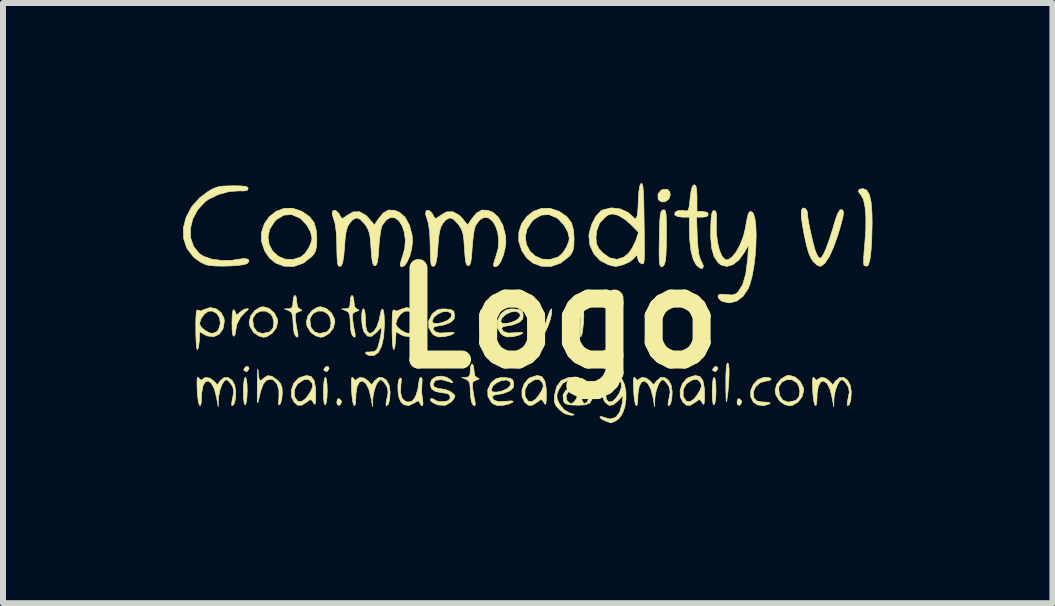
<source format=kicad_pcb>
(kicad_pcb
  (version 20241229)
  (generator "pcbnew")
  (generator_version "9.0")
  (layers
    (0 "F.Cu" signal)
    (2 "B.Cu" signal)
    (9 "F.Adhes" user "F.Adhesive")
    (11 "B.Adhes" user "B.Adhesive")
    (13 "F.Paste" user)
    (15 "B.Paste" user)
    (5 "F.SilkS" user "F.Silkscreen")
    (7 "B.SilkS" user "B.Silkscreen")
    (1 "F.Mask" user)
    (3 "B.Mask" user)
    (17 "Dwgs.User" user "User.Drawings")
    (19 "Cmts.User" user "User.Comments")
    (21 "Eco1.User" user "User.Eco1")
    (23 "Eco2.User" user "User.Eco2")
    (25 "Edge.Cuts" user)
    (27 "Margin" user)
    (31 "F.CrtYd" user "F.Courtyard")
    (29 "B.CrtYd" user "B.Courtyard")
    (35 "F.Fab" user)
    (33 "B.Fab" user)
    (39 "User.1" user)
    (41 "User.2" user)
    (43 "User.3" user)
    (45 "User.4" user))
  (footprint "Logo"
    (layer "F.Cu")
    (at 6.244 2.251)
    (property "Reference" "Logo" (at 0 0 0) (layer "F.SilkS") (effects (font (size 1.524 1.524) (thickness 0.3))))
    (attr through_hole)
    (fp_poly (pts (xy -5.144 0.839) (xy -5.169 0.882) (xy -5.194 0.889) (xy -5.231 0.871) (xy -5.231 0.851) (xy -5.2 0.809) (xy -5.162 0.804) (xy -5.144 0.839)) (stroke (width 0.01) (type solid)) (fill yes) (layer "F.SilkS"))
    (fp_poly (pts (xy -3.81 0.839) (xy -3.836 0.882) (xy -3.86 0.889) (xy -3.897 0.871) (xy -3.898 0.851) (xy -3.866 0.809) (xy -3.828 0.804) (xy -3.81 0.839)) (stroke (width 0.01) (type solid)) (fill yes) (layer "F.SilkS"))
    (fp_poly (pts (xy 2.667 0.839) (xy 2.641 0.882) (xy 2.617 0.889) (xy 2.58 0.871) (xy 2.579 0.851) (xy 2.611 0.809) (xy 2.649 0.804) (xy 2.667 0.839)) (stroke (width 0.01) (type solid)) (fill yes) (layer "F.SilkS"))
    (fp_poly (pts (xy -3.606 1.38) (xy -3.604 1.397) (xy -3.629 1.445) (xy -3.643 1.453) (xy -3.675 1.438) (xy -3.683 1.397) (xy -3.668 1.347) (xy -3.643 1.341) (xy -3.606 1.38)) (stroke (width 0.01) (type solid)) (fill yes) (layer "F.SilkS"))
    (fp_poly (pts (xy 3.061 1.38) (xy 3.064 1.397) (xy 3.039 1.445) (xy 3.024 1.453) (xy 2.992 1.438) (xy 2.985 1.397) (xy 2.999 1.347) (xy 3.024 1.341) (xy 3.061 1.38)) (stroke (width 0.01) (type solid)) (fill yes) (layer "F.SilkS"))
    (fp_poly (pts (xy 1.867 -2.101) (xy 1.873 -2.049) (xy 1.85 -1.985) (xy 1.796 -1.944) (xy 1.732 -1.936) (xy 1.681 -1.966) (xy 1.671 -1.984) (xy 1.668 -2.067) (xy 1.718 -2.13) (xy 1.749 -2.144) (xy 1.826 -2.148) (xy 1.867 -2.101)) (stroke (width 0.01) (type solid)) (fill yes) (layer "F.SilkS"))
    (fp_poly (pts (xy -5.191 1.014) (xy -5.179 1.092) (xy -5.175 1.205) (xy -5.18 1.317) (xy -5.191 1.403) (xy -5.206 1.444) (xy -5.207 1.445) (xy -5.224 1.426) (xy -5.235 1.35) (xy -5.239 1.224) (xy -5.235 1.104) (xy -5.224 1.019) (xy -5.209 0.985) (xy -5.207 0.984) (xy -5.191 1.014)) (stroke (width 0.01) (type solid)) (fill yes) (layer "F.SilkS"))
    (fp_poly (pts (xy -3.857 1.014) (xy -3.846 1.092) (xy -3.842 1.205) (xy -3.846 1.317) (xy -3.857 1.403) (xy -3.873 1.444) (xy -3.873 1.445) (xy -3.891 1.426) (xy -3.902 1.35) (xy -3.905 1.224) (xy -3.901 1.104) (xy -3.891 1.019) (xy -3.875 0.985) (xy -3.873 0.984) (xy -3.857 1.014)) (stroke (width 0.01) (type solid)) (fill yes) (layer "F.SilkS"))
    (fp_poly (pts (xy 2.62 1.014) (xy 2.631 1.092) (xy 2.635 1.205) (xy 2.631 1.317) (xy 2.62 1.403) (xy 2.604 1.444) (xy 2.603 1.445) (xy 2.586 1.426) (xy 2.575 1.35) (xy 2.572 1.224) (xy 2.576 1.104) (xy 2.586 1.019) (xy 2.602 0.985) (xy 2.603 0.984) (xy 2.62 1.014)) (stroke (width 0.01) (type solid)) (fill yes) (layer "F.SilkS"))
    (fp_poly (pts (xy 0.352 -0.343) (xy 0.398 -0.295) (xy 0.425 -0.194) (xy 0.433 -0.044) (xy 0.426 0.087) (xy 0.41 0.223) (xy 0.395 0.296) (xy 0.381 0.309) (xy 0.373 0.263) (xy 0.371 0.16) (xy 0.375 0.052) (xy 0.377 -0.12) (xy 0.365 -0.24) (xy 0.35 -0.285) (xy 0.327 -0.336) (xy 0.341 -0.346) (xy 0.352 -0.343)) (stroke (width 0.01) (type solid)) (fill yes) (layer "F.SilkS"))
    (fp_poly (pts (xy 2.843 0.763) (xy 2.852 0.832) (xy 2.853 0.941) (xy 2.847 1.08) (xy 2.833 1.238) (xy 2.827 1.286) (xy 2.817 1.361) (xy 2.81 1.392) (xy 2.805 1.375) (xy 2.802 1.304) (xy 2.799 1.175) (xy 2.799 1.121) (xy 2.799 0.965) (xy 2.805 0.844) (xy 2.816 0.767) (xy 2.826 0.746) (xy 2.843 0.763)) (stroke (width 0.01) (type solid)) (fill yes) (layer "F.SilkS"))
    (fp_poly (pts (xy -5.153 -0.153) (xy -5.174 -0.129) (xy -5.2 -0.109) (xy -5.285 -0.02) (xy -5.346 0.099) (xy -5.366 0.203) (xy -5.377 0.271) (xy -5.397 0.302) (xy -5.415 0.283) (xy -5.426 0.207) (xy -5.429 0.079) (xy -5.425 -0.05) (xy -5.415 -0.125) (xy -5.397 -0.143) (xy -5.368 -0.097) (xy -5.366 -0.078) (xy -5.355 -0.055) (xy -5.316 -0.082) (xy -5.302 -0.095) (xy -5.237 -0.143) (xy -5.184 -0.159) (xy -5.153 -0.153)) (stroke (width 0.01) (type solid)) (fill yes) (layer "F.SilkS"))
    (fp_poly (pts (xy -1.026 -0.153) (xy -1.046 -0.129) (xy -1.073 -0.109) (xy -1.158 -0.02) (xy -1.218 0.099) (xy -1.238 0.203) (xy -1.25 0.271) (xy -1.27 0.302) (xy -1.287 0.283) (xy -1.298 0.207) (xy -1.302 0.079) (xy -1.298 -0.05) (xy -1.287 -0.125) (xy -1.27 -0.143) (xy -1.241 -0.097) (xy -1.238 -0.078) (xy -1.227 -0.055) (xy -1.188 -0.082) (xy -1.175 -0.095) (xy -1.109 -0.143) (xy -1.057 -0.159) (xy -1.026 -0.153)) (stroke (width 0.01) (type solid)) (fill yes) (layer "F.SilkS"))
    (fp_poly (pts (xy 1.777 -1.803) (xy 1.793 -1.784) (xy 1.802 -1.737) (xy 1.807 -1.652) (xy 1.809 -1.519) (xy 1.809 -1.407) (xy 1.807 -1.203) (xy 1.802 -1.054) (xy 1.791 -0.952) (xy 1.773 -0.891) (xy 1.748 -0.862) (xy 1.726 -0.857) (xy 1.708 -0.867) (xy 1.696 -0.903) (xy 1.69 -0.973) (xy 1.687 -1.087) (xy 1.689 -1.252) (xy 1.69 -1.325) (xy 1.694 -1.508) (xy 1.699 -1.637) (xy 1.707 -1.722) (xy 1.719 -1.771) (xy 1.735 -1.796) (xy 1.754 -1.804) (xy 1.777 -1.803)) (stroke (width 0.01) (type solid)) (fill yes) (layer "F.SilkS"))
    (fp_poly (pts (xy 3.527 0.993) (xy 3.556 1.015) (xy 3.556 1.016) (xy 3.529 1.039) (xy 3.466 1.048) (xy 3.371 1.074) (xy 3.297 1.14) (xy 3.258 1.228) (xy 3.264 1.32) (xy 3.271 1.336) (xy 3.316 1.379) (xy 3.397 1.396) (xy 3.438 1.397) (xy 3.518 1.402) (xy 3.539 1.414) (xy 3.524 1.429) (xy 3.431 1.458) (xy 3.331 1.446) (xy 3.259 1.402) (xy 3.213 1.309) (xy 3.214 1.205) (xy 3.257 1.104) (xy 3.331 1.026) (xy 3.431 0.986) (xy 3.459 0.984) (xy 3.527 0.993)) (stroke (width 0.01) (type solid)) (fill yes) (layer "F.SilkS"))
    (fp_poly (pts (xy 5.145 -2.134) (xy 5.19 -2.058) (xy 5.22 -1.927) (xy 5.234 -1.739) (xy 5.236 -1.581) (xy 5.23 -1.327) (xy 5.218 -1.126) (xy 5.2 -0.98) (xy 5.176 -0.892) (xy 5.154 -0.866) (xy 5.107 -0.875) (xy 5.099 -0.884) (xy 5.094 -0.927) (xy 5.096 -1.018) (xy 5.105 -1.142) (xy 5.114 -1.243) (xy 5.131 -1.474) (xy 5.132 -1.68) (xy 5.118 -1.851) (xy 5.091 -1.979) (xy 5.05 -2.054) (xy 5.046 -2.057) (xy 5.005 -2.112) (xy 5.024 -2.148) (xy 5.083 -2.159) (xy 5.145 -2.134)) (stroke (width 0.01) (type solid)) (fill yes) (layer "F.SilkS"))
    (fp_poly (pts (xy -0.421 -0.17) (xy -0.413 -0.159) (xy -0.386 -0.086) (xy -0.381 -0.048) (xy -0.372 0.035) (xy -0.35 0.126) (xy -0.321 0.205) (xy -0.294 0.25) (xy -0.285 0.254) (xy -0.263 0.226) (xy -0.229 0.152) (xy -0.192 0.046) (xy -0.185 0.024) (xy -0.15 -0.077) (xy -0.122 -0.14) (xy -0.104 -0.156) (xy -0.102 -0.15) (xy -0.104 -0.077) (xy -0.126 0.022) (xy -0.163 0.129) (xy -0.207 0.225) (xy -0.252 0.294) (xy -0.286 0.318) (xy -0.324 0.296) (xy -0.341 0.278) (xy -0.369 0.218) (xy -0.4 0.12) (xy -0.426 0.008) (xy -0.442 -0.093) (xy -0.444 -0.133) (xy -0.439 -0.181) (xy -0.421 -0.17)) (stroke (width 0.01) (type solid)) (fill yes) (layer "F.SilkS"))
    (fp_poly (pts (xy -4.809 -0.162) (xy -4.726 -0.09) (xy -4.675 0.008) (xy -4.667 0.064) (xy -4.694 0.166) (xy -4.762 0.254) (xy -4.853 0.309) (xy -4.905 0.318) (xy -4.985 0.295) (xy -5.063 0.242) (xy -5.066 0.24) (xy -5.13 0.137) (xy -5.144 0.064) (xy -5.134 0.026) (xy -5.084 0.026) (xy -5.069 0.146) (xy -5.012 0.225) (xy -4.924 0.256) (xy -4.813 0.231) (xy -4.792 0.221) (xy -4.745 0.164) (xy -4.731 0.077) (xy -4.75 -0.015) (xy -4.783 -0.069) (xy -4.862 -0.117) (xy -4.951 -0.118) (xy -5.03 -0.079) (xy -5.078 -0.006) (xy -5.084 0.026) (xy -5.134 0.026) (xy -5.117 -0.039) (xy -5.049 -0.127) (xy -4.958 -0.182) (xy -4.905 -0.191) (xy -4.809 -0.162)) (stroke (width 0.01) (type solid)) (fill yes) (layer "F.SilkS"))
    (fp_poly (pts (xy -4.36 -0.353) (xy -4.35 -0.285) (xy -4.35 -0.272) (xy -4.337 -0.186) (xy -4.296 -0.149) (xy -4.294 -0.149) (xy -4.263 -0.135) (xy -4.288 -0.119) (xy -4.313 -0.11) (xy -4.358 -0.09) (xy -4.375 -0.054) (xy -4.372 0.018) (xy -4.367 0.06) (xy -4.351 0.161) (xy -4.335 0.242) (xy -4.33 0.262) (xy -4.33 0.308) (xy -4.344 0.318) (xy -4.375 0.291) (xy -4.393 0.246) (xy -4.406 0.168) (xy -4.412 0.065) (xy -4.413 0.039) (xy -4.42 -0.053) (xy -4.445 -0.103) (xy -4.485 -0.126) (xy -4.556 -0.155) (xy -4.485 -0.157) (xy -4.436 -0.168) (xy -4.416 -0.212) (xy -4.413 -0.27) (xy -4.405 -0.343) (xy -4.386 -0.38) (xy -4.381 -0.381) (xy -4.36 -0.353)) (stroke (width 0.01) (type solid)) (fill yes) (layer "F.SilkS"))
    (fp_poly (pts (xy -3.857 -0.162) (xy -3.774 -0.09) (xy -3.723 0.008) (xy -3.715 0.064) (xy -3.741 0.166) (xy -3.809 0.254) (xy -3.901 0.309) (xy -3.953 0.318) (xy -4.032 0.295) (xy -4.11 0.242) (xy -4.113 0.24) (xy -4.178 0.137) (xy -4.191 0.064) (xy -4.181 0.026) (xy -4.131 0.026) (xy -4.117 0.146) (xy -4.06 0.225) (xy -3.971 0.256) (xy -3.86 0.231) (xy -3.84 0.221) (xy -3.793 0.164) (xy -3.779 0.077) (xy -3.797 -0.015) (xy -3.831 -0.069) (xy -3.909 -0.117) (xy -3.998 -0.118) (xy -4.077 -0.079) (xy -4.125 -0.006) (xy -4.131 0.026) (xy -4.181 0.026) (xy -4.164 -0.039) (xy -4.096 -0.127) (xy -4.005 -0.182) (xy -3.953 -0.191) (xy -3.857 -0.162)) (stroke (width 0.01) (type solid)) (fill yes) (layer "F.SilkS"))
    (fp_poly (pts (xy -3.408 -0.353) (xy -3.397 -0.285) (xy -3.397 -0.272) (xy -3.385 -0.186) (xy -3.343 -0.149) (xy -3.342 -0.149) (xy -3.31 -0.135) (xy -3.335 -0.119) (xy -3.36 -0.11) (xy -3.405 -0.09) (xy -3.423 -0.054) (xy -3.42 0.018) (xy -3.414 0.06) (xy -3.398 0.161) (xy -3.382 0.242) (xy -3.377 0.262) (xy -3.377 0.308) (xy -3.391 0.318) (xy -3.422 0.291) (xy -3.441 0.246) (xy -3.453 0.168) (xy -3.46 0.065) (xy -3.46 0.039) (xy -3.467 -0.053) (xy -3.493 -0.103) (xy -3.532 -0.126) (xy -3.604 -0.155) (xy -3.532 -0.157) (xy -3.483 -0.168) (xy -3.464 -0.212) (xy -3.461 -0.27) (xy -3.453 -0.343) (xy -3.433 -0.38) (xy -3.429 -0.381) (xy -3.408 -0.353)) (stroke (width 0.01) (type solid)) (fill yes) (layer "F.SilkS"))
    (fp_poly (pts (xy -1.408 0.79) (xy -1.397 0.858) (xy -1.397 0.871) (xy -1.384 0.957) (xy -1.343 0.994) (xy -1.341 0.994) (xy -1.31 1.008) (xy -1.335 1.024) (xy -1.36 1.033) (xy -1.405 1.053) (xy -1.423 1.089) (xy -1.42 1.161) (xy -1.414 1.203) (xy -1.398 1.304) (xy -1.382 1.385) (xy -1.377 1.405) (xy -1.377 1.451) (xy -1.391 1.46) (xy -1.422 1.434) (xy -1.44 1.389) (xy -1.453 1.311) (xy -1.46 1.208) (xy -1.46 1.182) (xy -1.467 1.09) (xy -1.493 1.04) (xy -1.532 1.017) (xy -1.603 0.988) (xy -1.532 0.986) (xy -1.483 0.975) (xy -1.463 0.931) (xy -1.46 0.873) (xy -1.453 0.8) (xy -1.433 0.763) (xy -1.429 0.762) (xy -1.408 0.79)) (stroke (width 0.01) (type solid)) (fill yes) (layer "F.SilkS"))
    (fp_poly (pts (xy 3.954 0.981) (xy 4.037 1.053) (xy 4.088 1.151) (xy 4.096 1.206) (xy 4.069 1.309) (xy 4.001 1.397) (xy 3.91 1.452) (xy 3.858 1.46) (xy 3.778 1.438) (xy 3.7 1.385) (xy 3.697 1.383) (xy 3.633 1.28) (xy 3.619 1.206) (xy 3.629 1.169) (xy 3.679 1.169) (xy 3.694 1.289) (xy 3.751 1.368) (xy 3.839 1.399) (xy 3.95 1.374) (xy 3.971 1.364) (xy 4.018 1.307) (xy 4.032 1.22) (xy 4.013 1.128) (xy 3.98 1.074) (xy 3.901 1.026) (xy 3.812 1.025) (xy 3.733 1.064) (xy 3.685 1.137) (xy 3.679 1.169) (xy 3.629 1.169) (xy 3.646 1.104) (xy 3.714 1.016) (xy 3.805 0.961) (xy 3.858 0.953) (xy 3.954 0.981)) (stroke (width 0.01) (type solid)) (fill yes) (layer "F.SilkS"))
    (fp_poly (pts (xy -4.994 0.868) (xy -4.993 0.881) (xy -4.983 0.986) (xy -4.969 1.035) (xy -4.944 1.037) (xy -4.902 1.001) (xy -4.901 1) (xy -4.836 0.958) (xy -4.766 0.967) (xy -4.677 1.029) (xy -4.62 1.09) (xy -4.595 1.159) (xy -4.591 1.253) (xy -4.6 1.349) (xy -4.62 1.421) (xy -4.631 1.437) (xy -4.652 1.445) (xy -4.656 1.406) (xy -4.647 1.325) (xy -4.647 1.197) (xy -4.679 1.094) (xy -4.738 1.03) (xy -4.791 1.016) (xy -4.857 1.036) (xy -4.908 1.099) (xy -4.951 1.215) (xy -4.97 1.295) (xy -4.987 1.369) (xy -4.998 1.407) (xy -5.005 1.404) (xy -5.008 1.353) (xy -5.008 1.25) (xy -5.007 1.095) (xy -5.006 0.966) (xy -5.002 0.882) (xy -4.999 0.847) (xy -4.994 0.868)) (stroke (width 0.01) (type solid)) (fill yes) (layer "F.SilkS"))
    (fp_poly (pts (xy -2.26 1.013) (xy -2.264 1.098) (xy -2.265 1.103) (xy -2.27 1.22) (xy -2.257 1.338) (xy -2.256 1.341) (xy -2.246 1.419) (xy -2.255 1.459) (xy -2.277 1.453) (xy -2.298 1.411) (xy -2.318 1.379) (xy -2.352 1.387) (xy -2.388 1.411) (xy -2.486 1.456) (xy -2.567 1.44) (xy -2.618 1.39) (xy -2.647 1.319) (xy -2.663 1.221) (xy -2.665 1.119) (xy -2.653 1.036) (xy -2.63 0.997) (xy -2.609 1) (xy -2.608 1.054) (xy -2.615 1.104) (xy -2.621 1.242) (xy -2.592 1.34) (xy -2.53 1.391) (xy -2.492 1.397) (xy -2.427 1.381) (xy -2.381 1.324) (xy -2.364 1.287) (xy -2.332 1.184) (xy -2.318 1.085) (xy -2.318 1.081) (xy -2.307 1.013) (xy -2.283 0.984) (xy -2.282 0.984) (xy -2.26 1.013)) (stroke (width 0.01) (type solid)) (fill yes) (layer "F.SilkS"))
    (fp_poly (pts (xy -4.11 0.972) (xy -4.06 1.042) (xy -4.036 1.167) (xy -4.033 1.264) (xy -4.035 1.374) (xy -4.041 1.428) (xy -4.054 1.435) (xy -4.073 1.408) (xy -4.103 1.362) (xy -4.133 1.36) (xy -4.187 1.4) (xy -4.269 1.451) (xy -4.334 1.45) (xy -4.392 1.402) (xy -4.438 1.309) (xy -4.438 1.295) (xy -4.389 1.295) (xy -4.383 1.315) (xy -4.336 1.383) (xy -4.272 1.39) (xy -4.208 1.346) (xy -4.156 1.28) (xy -4.112 1.208) (xy -4.084 1.137) (xy -4.093 1.087) (xy -4.11 1.061) (xy -4.153 1.021) (xy -4.211 1.023) (xy -4.243 1.033) (xy -4.337 1.095) (xy -4.388 1.189) (xy -4.389 1.295) (xy -4.438 1.295) (xy -4.44 1.198) (xy -4.402 1.09) (xy -4.33 1.007) (xy -4.297 0.988) (xy -4.188 0.955) (xy -4.11 0.972)) (stroke (width 0.01) (type solid)) (fill yes) (layer "F.SilkS"))
    (fp_poly (pts (xy -0.268 0.972) (xy -0.219 1.042) (xy -0.195 1.167) (xy -0.192 1.264) (xy -0.194 1.374) (xy -0.2 1.428) (xy -0.212 1.435) (xy -0.231 1.408) (xy -0.261 1.362) (xy -0.291 1.36) (xy -0.345 1.4) (xy -0.427 1.451) (xy -0.492 1.45) (xy -0.551 1.402) (xy -0.596 1.309) (xy -0.597 1.295) (xy -0.547 1.295) (xy -0.541 1.315) (xy -0.494 1.383) (xy -0.431 1.39) (xy -0.367 1.346) (xy -0.315 1.28) (xy -0.27 1.208) (xy -0.242 1.137) (xy -0.251 1.087) (xy -0.268 1.061) (xy -0.311 1.021) (xy -0.37 1.023) (xy -0.402 1.033) (xy -0.495 1.095) (xy -0.547 1.189) (xy -0.547 1.295) (xy -0.597 1.295) (xy -0.598 1.198) (xy -0.56 1.09) (xy -0.489 1.007) (xy -0.455 0.988) (xy -0.346 0.955) (xy -0.268 0.972)) (stroke (width 0.01) (type solid)) (fill yes) (layer "F.SilkS"))
    (fp_poly (pts (xy 2.367 0.972) (xy 2.417 1.042) (xy 2.441 1.167) (xy 2.444 1.264) (xy 2.442 1.374) (xy 2.436 1.428) (xy 2.423 1.435) (xy 2.404 1.408) (xy 2.374 1.362) (xy 2.344 1.36) (xy 2.29 1.4) (xy 2.208 1.451) (xy 2.143 1.45) (xy 2.085 1.402) (xy 2.039 1.309) (xy 2.039 1.295) (xy 2.088 1.295) (xy 2.094 1.315) (xy 2.141 1.383) (xy 2.205 1.39) (xy 2.269 1.346) (xy 2.321 1.28) (xy 2.365 1.208) (xy 2.393 1.137) (xy 2.384 1.087) (xy 2.367 1.061) (xy 2.324 1.021) (xy 2.266 1.023) (xy 2.234 1.033) (xy 2.14 1.095) (xy 2.089 1.189) (xy 2.088 1.295) (xy 2.039 1.295) (xy 2.037 1.198) (xy 2.075 1.09) (xy 2.147 1.007) (xy 2.18 0.988) (xy 2.289 0.955) (xy 2.367 0.972)) (stroke (width 0.01) (type solid)) (fill yes) (layer "F.SilkS"))
    (fp_poly (pts (xy 2.297 -2.208) (xy 2.311 -2.156) (xy 2.317 -2.057) (xy 2.318 -2) (xy 2.318 -1.778) (xy 2.413 -1.778) (xy 2.489 -1.764) (xy 2.508 -1.73) (xy 2.481 -1.693) (xy 2.409 -1.683) (xy 2.311 -1.683) (xy 2.323 -1.357) (xy 2.334 -1.183) (xy 2.35 -1.06) (xy 2.375 -0.979) (xy 2.39 -0.95) (xy 2.425 -0.873) (xy 2.414 -0.831) (xy 2.369 -0.833) (xy 2.309 -0.882) (xy 2.257 -0.974) (xy 2.219 -1.118) (xy 2.197 -1.303) (xy 2.192 -1.453) (xy 2.191 -1.683) (xy 2.081 -1.683) (xy 2.002 -1.692) (xy 1.953 -1.715) (xy 1.95 -1.718) (xy 1.95 -1.761) (xy 1.996 -1.79) (xy 2.071 -1.796) (xy 2.099 -1.792) (xy 2.143 -1.786) (xy 2.169 -1.798) (xy 2.185 -1.841) (xy 2.197 -1.928) (xy 2.204 -1.999) (xy 2.221 -2.125) (xy 2.241 -2.197) (xy 2.268 -2.222) (xy 2.272 -2.223) (xy 2.297 -2.208)) (stroke (width 0.01) (type solid)) (fill yes) (layer "F.SilkS"))
    (fp_poly (pts (xy -1.854 0.983) (xy -1.777 1.034) (xy -1.771 1.041) (xy -1.748 1.076) (xy -1.773 1.074) (xy -1.794 1.065) (xy -1.93 1.025) (xy -2.023 1.032) (xy -2.046 1.046) (xy -2.079 1.1) (xy -2.058 1.146) (xy -1.991 1.172) (xy -1.956 1.175) (xy -1.867 1.19) (xy -1.784 1.226) (xy -1.727 1.273) (xy -1.714 1.304) (xy -1.735 1.346) (xy -1.778 1.397) (xy -1.873 1.451) (xy -1.99 1.447) (xy -2.056 1.422) (xy -2.11 1.386) (xy -2.127 1.36) (xy -2.108 1.335) (xy -2.062 1.351) (xy -2.042 1.368) (xy -1.99 1.388) (xy -1.907 1.392) (xy -1.901 1.391) (xy -1.825 1.375) (xy -1.796 1.338) (xy -1.794 1.318) (xy -1.807 1.274) (xy -1.855 1.252) (xy -1.92 1.244) (xy -2.038 1.222) (xy -2.104 1.177) (xy -2.127 1.102) (xy -2.127 1.091) (xy -2.101 1.022) (xy -2.034 0.979) (xy -1.946 0.965) (xy -1.854 0.983)) (stroke (width 0.01) (type solid)) (fill yes) (layer "F.SilkS"))
    (fp_poly (pts (xy 4.124 -1.828) (xy 4.125 -1.827) (xy 4.154 -1.781) (xy 4.159 -1.743) (xy 4.167 -1.663) (xy 4.188 -1.542) (xy 4.218 -1.402) (xy 4.251 -1.262) (xy 4.283 -1.145) (xy 4.305 -1.084) (xy 4.341 -1.015) (xy 4.373 -1) (xy 4.391 -1.011) (xy 4.425 -1.063) (xy 4.471 -1.166) (xy 4.524 -1.312) (xy 4.581 -1.49) (xy 4.621 -1.627) (xy 4.659 -1.738) (xy 4.697 -1.8) (xy 4.717 -1.81) (xy 4.747 -1.8) (xy 4.759 -1.764) (xy 4.751 -1.694) (xy 4.724 -1.582) (xy 4.676 -1.42) (xy 4.668 -1.393) (xy 4.594 -1.184) (xy 4.521 -1.023) (xy 4.45 -0.916) (xy 4.384 -0.866) (xy 4.376 -0.864) (xy 4.323 -0.88) (xy 4.263 -0.933) (xy 4.258 -0.939) (xy 4.215 -1.006) (xy 4.177 -1.093) (xy 4.143 -1.212) (xy 4.108 -1.373) (xy 4.078 -1.533) (xy 4.056 -1.691) (xy 4.056 -1.792) (xy 4.079 -1.836) (xy 4.124 -1.828)) (stroke (width 0.01) (type solid)) (fill yes) (layer "F.SilkS"))
    (fp_poly (pts (xy -5.694 -0.157) (xy -5.613 -0.095) (xy -5.563 -0.003) (xy -5.556 0.053) (xy -5.579 0.178) (xy -5.641 0.266) (xy -5.73 0.308) (xy -5.835 0.297) (xy -5.878 0.277) (xy -5.966 0.227) (xy -5.975 0.386) (xy -5.985 0.472) (xy -5.999 0.519) (xy -6.009 0.522) (xy -6.019 0.482) (xy -6.026 0.392) (xy -6.031 0.269) (xy -6.032 0.163) (xy -6.032 0.096) (xy -5.969 0.096) (xy -5.943 0.147) (xy -5.881 0.202) (xy -5.807 0.243) (xy -5.758 0.254) (xy -5.686 0.229) (xy -5.653 0.193) (xy -5.623 0.089) (xy -5.636 -0.007) (xy -5.684 -0.081) (xy -5.759 -0.119) (xy -5.819 -0.116) (xy -5.886 -0.073) (xy -5.943 0.005) (xy -5.969 0.089) (xy -5.969 0.096) (xy -6.032 0.096) (xy -6.031 0.009) (xy -6.025 -0.088) (xy -6.014 -0.134) (xy -5.998 -0.136) (xy -5.996 -0.135) (xy -5.952 -0.118) (xy -5.889 -0.146) (xy -5.792 -0.177) (xy -5.694 -0.157)) (stroke (width 0.01) (type solid)) (fill yes) (layer "F.SilkS"))
    (fp_poly (pts (xy -2.424 -0.157) (xy -2.342 -0.095) (xy -2.293 -0.003) (xy -2.286 0.053) (xy -2.309 0.178) (xy -2.37 0.266) (xy -2.459 0.308) (xy -2.565 0.297) (xy -2.608 0.277) (xy -2.696 0.227) (xy -2.705 0.386) (xy -2.715 0.472) (xy -2.729 0.519) (xy -2.738 0.522) (xy -2.748 0.482) (xy -2.756 0.392) (xy -2.761 0.269) (xy -2.762 0.163) (xy -2.761 0.096) (xy -2.699 0.096) (xy -2.673 0.147) (xy -2.611 0.202) (xy -2.536 0.243) (xy -2.488 0.254) (xy -2.416 0.229) (xy -2.382 0.193) (xy -2.352 0.089) (xy -2.365 -0.007) (xy -2.413 -0.081) (xy -2.488 -0.119) (xy -2.549 -0.116) (xy -2.616 -0.073) (xy -2.672 0.005) (xy -2.699 0.089) (xy -2.699 0.096) (xy -2.761 0.096) (xy -2.76 0.009) (xy -2.755 -0.088) (xy -2.744 -0.134) (xy -2.727 -0.136) (xy -2.726 -0.135) (xy -2.682 -0.118) (xy -2.618 -0.146) (xy -2.522 -0.177) (xy -2.424 -0.157)) (stroke (width 0.01) (type solid)) (fill yes) (layer "F.SilkS"))
    (fp_poly (pts (xy -4.271 -1.782) (xy -4.259 -1.776) (xy -4.137 -1.691) (xy -4.061 -1.593) (xy -4.025 -1.466) (xy -4.016 -1.328) (xy -4.02 -1.207) (xy -4.034 -1.127) (xy -4.065 -1.068) (xy -4.096 -1.031) (xy -4.239 -0.918) (xy -4.398 -0.862) (xy -4.563 -0.866) (xy -4.699 -0.917) (xy -4.804 -1.002) (xy -4.885 -1.122) (xy -4.937 -1.279) (xy -4.937 -1.352) (xy -4.829 -1.352) (xy -4.81 -1.227) (xy -4.751 -1.117) (xy -4.66 -1.033) (xy -4.544 -0.983) (xy -4.41 -0.979) (xy -4.277 -1.022) (xy -4.208 -1.083) (xy -4.145 -1.179) (xy -4.104 -1.281) (xy -4.096 -1.333) (xy -4.121 -1.439) (xy -4.184 -1.551) (xy -4.272 -1.647) (xy -4.305 -1.671) (xy -4.435 -1.726) (xy -4.563 -1.717) (xy -4.683 -1.646) (xy -4.719 -1.61) (xy -4.801 -1.483) (xy -4.829 -1.352) (xy -4.937 -1.352) (xy -4.936 -1.432) (xy -4.891 -1.571) (xy -4.809 -1.689) (xy -4.698 -1.778) (xy -4.566 -1.828) (xy -4.421 -1.832) (xy -4.271 -1.782)) (stroke (width 0.01) (type solid)) (fill yes) (layer "F.SilkS"))
    (fp_poly (pts (xy -3.22 -0.13) (xy -3.209 -0.057) (xy -3.207 -0.003) (xy -3.2 0.135) (xy -3.179 0.218) (xy -3.14 0.252) (xy -3.125 0.254) (xy -3.068 0.225) (xy -3.017 0.146) (xy -2.977 0.031) (xy -2.966 -0.024) (xy -2.945 -0.12) (xy -2.925 -0.155) (xy -2.908 -0.134) (xy -2.895 -0.059) (xy -2.889 0.067) (xy -2.889 0.096) (xy -2.901 0.306) (xy -2.936 0.465) (xy -2.991 0.572) (xy -3.066 0.624) (xy -3.159 0.617) (xy -3.167 0.614) (xy -3.206 0.585) (xy -3.191 0.563) (xy -3.133 0.563) (xy -3.058 0.555) (xy -3.021 0.529) (xy -2.999 0.483) (xy -2.976 0.404) (xy -2.955 0.312) (xy -2.941 0.228) (xy -2.937 0.171) (xy -2.943 0.159) (xy -2.97 0.18) (xy -3.02 0.233) (xy -3.029 0.243) (xy -3.104 0.303) (xy -3.171 0.299) (xy -3.226 0.234) (xy -3.239 0.205) (xy -3.259 0.125) (xy -3.268 0.029) (xy -3.268 -0.064) (xy -3.258 -0.133) (xy -3.239 -0.159) (xy -3.22 -0.13)) (stroke (width 0.01) (type solid)) (fill yes) (layer "F.SilkS"))
    (fp_poly (pts (xy -1.865 -0.153) (xy -1.779 -0.142) (xy -1.737 -0.117) (xy -1.722 -0.066) (xy -1.721 -0.057) (xy -1.727 0.011) (xy -1.775 0.06) (xy -1.806 0.078) (xy -1.898 0.113) (xy -1.981 0.127) (xy -2.056 0.141) (xy -2.08 0.176) (xy -2.047 0.223) (xy -1.971 0.248) (xy -1.85 0.242) (xy -1.761 0.234) (xy -1.728 0.241) (xy -1.736 0.256) (xy -1.788 0.282) (xy -1.874 0.304) (xy -1.897 0.308) (xy -1.994 0.312) (xy -2.06 0.285) (xy -2.092 0.258) (xy -2.15 0.16) (xy -2.152 0.057) (xy -2.095 0.057) (xy -2.07 0.085) (xy -2.007 0.089) (xy -1.925 0.073) (xy -1.846 0.041) (xy -1.806 0.012) (xy -1.767 -0.037) (xy -1.78 -0.081) (xy -1.784 -0.086) (xy -1.843 -0.114) (xy -1.924 -0.104) (xy -2.007 -0.065) (xy -2.071 -0.008) (xy -2.095 0.057) (xy -2.152 0.057) (xy -2.152 0.049) (xy -2.101 -0.058) (xy -2.079 -0.083) (xy -2.01 -0.136) (xy -1.931 -0.154) (xy -1.865 -0.153)) (stroke (width 0.01) (type solid)) (fill yes) (layer "F.SilkS"))
    (fp_poly (pts (xy -0.881 0.99) (xy -0.795 1.001) (xy -0.753 1.026) (xy -0.737 1.077) (xy -0.736 1.086) (xy -0.742 1.154) (xy -0.791 1.203) (xy -0.822 1.221) (xy -0.914 1.256) (xy -0.997 1.27) (xy -1.072 1.284) (xy -1.095 1.319) (xy -1.063 1.366) (xy -0.987 1.391) (xy -0.866 1.385) (xy -0.777 1.377) (xy -0.744 1.384) (xy -0.752 1.399) (xy -0.803 1.425) (xy -0.889 1.447) (xy -0.913 1.451) (xy -1.01 1.455) (xy -1.076 1.428) (xy -1.108 1.401) (xy -1.165 1.303) (xy -1.168 1.2) (xy -1.111 1.2) (xy -1.086 1.228) (xy -1.022 1.232) (xy -0.941 1.216) (xy -0.862 1.184) (xy -0.822 1.155) (xy -0.783 1.106) (xy -0.795 1.062) (xy -0.799 1.057) (xy -0.858 1.029) (xy -0.94 1.039) (xy -1.022 1.078) (xy -1.086 1.135) (xy -1.111 1.2) (xy -1.168 1.2) (xy -1.168 1.192) (xy -1.117 1.085) (xy -1.095 1.06) (xy -1.026 1.007) (xy -0.947 0.989) (xy -0.881 0.99)) (stroke (width 0.01) (type solid)) (fill yes) (layer "F.SilkS"))
    (fp_poly (pts (xy -0.722 -0.153) (xy -0.636 -0.142) (xy -0.594 -0.117) (xy -0.579 -0.066) (xy -0.578 -0.057) (xy -0.584 0.011) (xy -0.632 0.06) (xy -0.663 0.078) (xy -0.755 0.113) (xy -0.838 0.127) (xy -0.913 0.141) (xy -0.937 0.176) (xy -0.904 0.223) (xy -0.828 0.248) (xy -0.707 0.242) (xy -0.618 0.234) (xy -0.585 0.241) (xy -0.593 0.256) (xy -0.645 0.282) (xy -0.731 0.304) (xy -0.754 0.308) (xy -0.851 0.312) (xy -0.917 0.285) (xy -0.949 0.258) (xy -1.007 0.16) (xy -1.009 0.057) (xy -0.953 0.057) (xy -0.927 0.085) (xy -0.864 0.089) (xy -0.782 0.073) (xy -0.703 0.041) (xy -0.663 0.012) (xy -0.624 -0.037) (xy -0.637 -0.081) (xy -0.641 -0.086) (xy -0.7 -0.114) (xy -0.781 -0.104) (xy -0.864 -0.065) (xy -0.928 -0.008) (xy -0.953 0.057) (xy -1.009 0.057) (xy -1.009 0.049) (xy -0.958 -0.058) (xy -0.936 -0.083) (xy -0.867 -0.136) (xy -0.788 -0.154) (xy -0.722 -0.153)) (stroke (width 0.01) (type solid)) (fill yes) (layer "F.SilkS"))
    (fp_poly (pts (xy 0.016 -1.782) (xy 0.027 -1.776) (xy 0.15 -1.691) (xy 0.225 -1.593) (xy 0.262 -1.466) (xy 0.27 -1.328) (xy 0.266 -1.207) (xy 0.252 -1.127) (xy 0.222 -1.068) (xy 0.191 -1.031) (xy 0.047 -0.918) (xy -0.112 -0.862) (xy -0.277 -0.866) (xy -0.413 -0.917) (xy -0.517 -1.002) (xy -0.599 -1.122) (xy -0.651 -1.279) (xy -0.651 -1.352) (xy -0.542 -1.352) (xy -0.523 -1.227) (xy -0.465 -1.117) (xy -0.374 -1.033) (xy -0.257 -0.983) (xy -0.124 -0.979) (xy 0.01 -1.022) (xy 0.078 -1.083) (xy 0.141 -1.179) (xy 0.183 -1.281) (xy 0.19 -1.333) (xy 0.166 -1.439) (xy 0.102 -1.551) (xy 0.014 -1.647) (xy -0.018 -1.671) (xy -0.149 -1.726) (xy -0.276 -1.717) (xy -0.397 -1.646) (xy -0.433 -1.61) (xy -0.515 -1.483) (xy -0.542 -1.352) (xy -0.651 -1.352) (xy -0.65 -1.432) (xy -0.605 -1.571) (xy -0.522 -1.689) (xy -0.411 -1.778) (xy -0.279 -1.828) (xy -0.134 -1.832) (xy 0.016 -1.782)) (stroke (width 0.01) (type solid)) (fill yes) (layer "F.SilkS"))
    (fp_poly (pts (xy -5.982 0.996) (xy -5.971 1.012) (xy -5.941 1.036) (xy -5.923 1.019) (xy -5.871 0.987) (xy -5.799 0.998) (xy -5.731 1.048) (xy -5.673 1.111) (xy -5.629 1.048) (xy -5.563 0.991) (xy -5.493 0.989) (xy -5.429 1.033) (xy -5.383 1.117) (xy -5.366 1.23) (xy -5.374 1.355) (xy -5.396 1.435) (xy -5.428 1.46) (xy -5.436 1.433) (xy -5.426 1.365) (xy -5.418 1.332) (xy -5.4 1.232) (xy -5.411 1.159) (xy -5.43 1.12) (xy -5.476 1.056) (xy -5.517 1.024) (xy -5.555 1.041) (xy -5.595 1.104) (xy -5.629 1.197) (xy -5.651 1.303) (xy -5.655 1.356) (xy -5.659 1.476) (xy -5.684 1.329) (xy -5.722 1.18) (xy -5.772 1.086) (xy -5.825 1.046) (xy -5.876 1.062) (xy -5.915 1.134) (xy -5.936 1.261) (xy -5.937 1.316) (xy -5.942 1.415) (xy -5.956 1.458) (xy -5.973 1.447) (xy -5.99 1.388) (xy -6.003 1.285) (xy -6.007 1.23) (xy -6.012 1.094) (xy -6.01 1.015) (xy -6.001 0.984) (xy -5.982 0.996)) (stroke (width 0.01) (type solid)) (fill yes) (layer "F.SilkS"))
    (fp_poly (pts (xy -5.286 -2.204) (xy -5.207 -2.196) (xy -5.168 -2.181) (xy -5.159 -2.159) (xy -5.175 -2.129) (xy -5.231 -2.119) (xy -5.295 -2.121) (xy -5.471 -2.111) (xy -5.656 -2.06) (xy -5.821 -1.98) (xy -5.879 -1.938) (xy -6.002 -1.804) (xy -6.083 -1.652) (xy -6.122 -1.491) (xy -6.117 -1.334) (xy -6.068 -1.193) (xy -5.976 -1.079) (xy -5.903 -1.031) (xy -5.767 -0.984) (xy -5.598 -0.961) (xy -5.424 -0.965) (xy -5.334 -0.98) (xy -5.23 -0.994) (xy -5.164 -0.984) (xy -5.144 -0.953) (xy -5.169 -0.915) (xy -5.219 -0.895) (xy -5.316 -0.88) (xy -5.441 -0.871) (xy -5.578 -0.867) (xy -5.709 -0.87) (xy -5.817 -0.88) (xy -5.864 -0.891) (xy -5.951 -0.932) (xy -6.046 -0.999) (xy -6.075 -1.025) (xy -6.181 -1.165) (xy -6.235 -1.328) (xy -6.239 -1.503) (xy -6.194 -1.68) (xy -6.104 -1.851) (xy -5.969 -2.004) (xy -5.829 -2.11) (xy -5.743 -2.158) (xy -5.666 -2.187) (xy -5.575 -2.201) (xy -5.448 -2.205) (xy -5.418 -2.206) (xy -5.286 -2.204)) (stroke (width 0.01) (type solid)) (fill yes) (layer "F.SilkS"))
    (fp_poly (pts (xy -3.411 0.996) (xy -3.399 1.012) (xy -3.369 1.036) (xy -3.352 1.019) (xy -3.3 0.987) (xy -3.227 0.998) (xy -3.159 1.048) (xy -3.102 1.111) (xy -3.057 1.048) (xy -2.991 0.991) (xy -2.921 0.989) (xy -2.857 1.033) (xy -2.811 1.117) (xy -2.794 1.23) (xy -2.802 1.355) (xy -2.825 1.435) (xy -2.856 1.46) (xy -2.864 1.433) (xy -2.854 1.365) (xy -2.846 1.332) (xy -2.828 1.232) (xy -2.84 1.159) (xy -2.858 1.12) (xy -2.905 1.056) (xy -2.945 1.024) (xy -2.983 1.041) (xy -3.023 1.104) (xy -3.057 1.197) (xy -3.079 1.303) (xy -3.083 1.356) (xy -3.087 1.476) (xy -3.112 1.329) (xy -3.15 1.18) (xy -3.2 1.086) (xy -3.254 1.046) (xy -3.304 1.062) (xy -3.343 1.134) (xy -3.364 1.261) (xy -3.365 1.316) (xy -3.371 1.415) (xy -3.384 1.458) (xy -3.401 1.447) (xy -3.418 1.388) (xy -3.431 1.285) (xy -3.435 1.23) (xy -3.44 1.094) (xy -3.439 1.015) (xy -3.429 0.984) (xy -3.411 0.996)) (stroke (width 0.01) (type solid)) (fill yes) (layer "F.SilkS"))
    (fp_poly (pts (xy 1.288 0.996) (xy 1.3 1.012) (xy 1.33 1.036) (xy 1.347 1.019) (xy 1.399 0.987) (xy 1.472 0.998) (xy 1.54 1.048) (xy 1.597 1.111) (xy 1.642 1.048) (xy 1.708 0.991) (xy 1.778 0.989) (xy 1.842 1.033) (xy 1.888 1.117) (xy 1.905 1.23) (xy 1.897 1.355) (xy 1.874 1.435) (xy 1.843 1.46) (xy 1.835 1.433) (xy 1.845 1.365) (xy 1.853 1.332) (xy 1.871 1.232) (xy 1.859 1.159) (xy 1.841 1.12) (xy 1.794 1.056) (xy 1.754 1.024) (xy 1.716 1.041) (xy 1.676 1.104) (xy 1.642 1.197) (xy 1.62 1.303) (xy 1.616 1.356) (xy 1.612 1.476) (xy 1.587 1.329) (xy 1.549 1.18) (xy 1.499 1.086) (xy 1.445 1.046) (xy 1.395 1.062) (xy 1.356 1.134) (xy 1.335 1.261) (xy 1.333 1.316) (xy 1.328 1.415) (xy 1.315 1.458) (xy 1.298 1.447) (xy 1.281 1.388) (xy 1.268 1.285) (xy 1.264 1.23) (xy 1.259 1.094) (xy 1.26 1.015) (xy 1.27 0.984) (xy 1.288 0.996)) (stroke (width 0.01) (type solid)) (fill yes) (layer "F.SilkS"))
    (fp_poly (pts (xy 4.273 0.996) (xy 4.284 1.012) (xy 4.314 1.036) (xy 4.332 1.019) (xy 4.384 0.987) (xy 4.456 0.998) (xy 4.524 1.048) (xy 4.582 1.111) (xy 4.626 1.048) (xy 4.692 0.991) (xy 4.763 0.989) (xy 4.826 1.033) (xy 4.872 1.117) (xy 4.889 1.23) (xy 4.881 1.355) (xy 4.859 1.435) (xy 4.827 1.46) (xy 4.82 1.433) (xy 4.829 1.365) (xy 4.837 1.332) (xy 4.856 1.232) (xy 4.844 1.159) (xy 4.825 1.12) (xy 4.779 1.056) (xy 4.738 1.024) (xy 4.7 1.041) (xy 4.661 1.104) (xy 4.626 1.197) (xy 4.604 1.303) (xy 4.6 1.356) (xy 4.596 1.476) (xy 4.571 1.329) (xy 4.533 1.18) (xy 4.484 1.086) (xy 4.43 1.046) (xy 4.38 1.062) (xy 4.34 1.134) (xy 4.319 1.261) (xy 4.318 1.316) (xy 4.313 1.415) (xy 4.3 1.458) (xy 4.283 1.447) (xy 4.266 1.388) (xy 4.252 1.285) (xy 4.248 1.23) (xy 4.243 1.094) (xy 4.245 1.015) (xy 4.254 0.984) (xy 4.273 0.996)) (stroke (width 0.01) (type solid)) (fill yes) (layer "F.SilkS"))
    (fp_poly (pts (xy 1.017 0.974) (xy 1.074 1.025) (xy 1.113 1.113) (xy 1.134 1.226) (xy 1.135 1.35) (xy 1.117 1.473) (xy 1.079 1.584) (xy 1.021 1.67) (xy 0.965 1.71) (xy 0.905 1.736) (xy 0.88 1.744) (xy 0.849 1.732) (xy 0.786 1.709) (xy 0.723 1.677) (xy 0.699 1.647) (xy 0.721 1.635) (xy 0.76 1.65) (xy 0.869 1.681) (xy 0.96 1.654) (xy 1.028 1.572) (xy 1.068 1.44) (xy 1.071 1.423) (xy 1.088 1.286) (xy 1.006 1.373) (xy 0.923 1.443) (xy 0.854 1.453) (xy 0.792 1.405) (xy 0.775 1.381) (xy 0.737 1.271) (xy 0.739 1.249) (xy 0.794 1.249) (xy 0.808 1.35) (xy 0.848 1.397) (xy 0.908 1.387) (xy 0.961 1.341) (xy 1.024 1.25) (xy 1.057 1.156) (xy 1.056 1.08) (xy 1.045 1.06) (xy 0.982 1.022) (xy 0.912 1.035) (xy 0.849 1.087) (xy 0.806 1.17) (xy 0.794 1.249) (xy 0.739 1.249) (xy 0.751 1.156) (xy 0.811 1.054) (xy 0.91 0.983) (xy 0.941 0.971) (xy 1.017 0.974)) (stroke (width 0.01) (type solid)) (fill yes) (layer "F.SilkS"))
    (fp_poly (pts (xy 2.63 -1.782) (xy 2.642 -1.737) (xy 2.643 -1.646) (xy 2.64 -1.598) (xy 2.641 -1.433) (xy 2.659 -1.273) (xy 2.691 -1.135) (xy 2.734 -1.035) (xy 2.759 -1.003) (xy 2.803 -0.971) (xy 2.844 -0.977) (xy 2.896 -1.014) (xy 2.967 -1.097) (xy 3.036 -1.222) (xy 3.093 -1.369) (xy 3.126 -1.508) (xy 3.149 -1.64) (xy 3.167 -1.721) (xy 3.186 -1.763) (xy 3.208 -1.777) (xy 3.219 -1.778) (xy 3.256 -1.749) (xy 3.282 -1.667) (xy 3.298 -1.545) (xy 3.304 -1.394) (xy 3.3 -1.222) (xy 3.288 -1.043) (xy 3.267 -0.866) (xy 3.237 -0.703) (xy 3.2 -0.564) (xy 3.171 -0.491) (xy 3.087 -0.366) (xy 2.98 -0.285) (xy 2.861 -0.254) (xy 2.743 -0.278) (xy 2.723 -0.288) (xy 2.676 -0.335) (xy 2.667 -0.366) (xy 2.681 -0.393) (xy 2.734 -0.4) (xy 2.805 -0.393) (xy 2.901 -0.386) (xy 2.963 -0.404) (xy 3.007 -0.442) (xy 3.079 -0.56) (xy 3.131 -0.738) (xy 3.161 -0.973) (xy 3.163 -0.995) (xy 3.178 -1.222) (xy 3.114 -1.106) (xy 3.021 -0.975) (xy 2.918 -0.892) (xy 2.814 -0.862) (xy 2.717 -0.887) (xy 2.668 -0.927) (xy 2.603 -1.027) (xy 2.563 -1.164) (xy 2.546 -1.348) (xy 2.547 -1.516) (xy 2.553 -1.654) (xy 2.564 -1.74) (xy 2.58 -1.783) (xy 2.603 -1.794) (xy 2.63 -1.782)) (stroke (width 0.01) (type solid)) (fill yes) (layer "F.SilkS"))
    (fp_poly (pts (xy 0.407 1.006) (xy 0.512 1.069) (xy 0.568 1.171) (xy 0.578 1.248) (xy 0.569 1.35) (xy 0.534 1.412) (xy 0.462 1.443) (xy 0.342 1.45) (xy 0.312 1.449) (xy 0.201 1.444) (xy 0.138 1.429) (xy 0.105 1.401) (xy 0.094 1.378) (xy 0.087 1.293) (xy 0.137 1.293) (xy 0.147 1.364) (xy 0.16 1.383) (xy 0.21 1.424) (xy 0.256 1.41) (xy 0.304 1.351) (xy 0.337 1.272) (xy 0.314 1.223) (xy 0.238 1.206) (xy 0.171 1.232) (xy 0.137 1.293) (xy 0.087 1.293) (xy 0.086 1.281) (xy 0.13 1.204) (xy 0.216 1.162) (xy 0.254 1.159) (xy 0.327 1.164) (xy 0.363 1.194) (xy 0.381 1.265) (xy 0.383 1.278) (xy 0.407 1.381) (xy 0.436 1.423) (xy 0.475 1.407) (xy 0.495 1.383) (xy 0.537 1.281) (xy 0.523 1.182) (xy 0.459 1.098) (xy 0.35 1.041) (xy 0.307 1.031) (xy 0.179 1.031) (xy 0.081 1.087) (xy 0.012 1.196) (xy -0.016 1.275) (xy -0.013 1.338) (xy 0.022 1.42) (xy 0.022 1.421) (xy 0.103 1.527) (xy 0.191 1.575) (xy 0.26 1.601) (xy 0.273 1.612) (xy 0.233 1.616) (xy 0.212 1.617) (xy 0.108 1.588) (xy 0.025 1.522) (xy -0.035 1.453) (xy -0.059 1.39) (xy -0.057 1.3) (xy -0.055 1.282) (xy -0.018 1.136) (xy 0.056 1.04) (xy 0.17 0.992) (xy 0.258 0.984) (xy 0.407 1.006)) (stroke (width 0.01) (type solid)) (fill yes) (layer "F.SilkS"))
    (fp_poly (pts (xy 1.405 -2.237) (xy 1.417 -2.192) (xy 1.425 -2.104) (xy 1.431 -1.967) (xy 1.435 -1.774) (xy 1.435 -1.749) (xy 1.439 -1.496) (xy 1.441 -1.299) (xy 1.442 -1.151) (xy 1.442 -1.046) (xy 1.439 -0.976) (xy 1.434 -0.934) (xy 1.427 -0.913) (xy 1.417 -0.905) (xy 1.404 -0.905) (xy 1.398 -0.905) (xy 1.357 -0.932) (xy 1.335 -0.979) (xy 1.317 -1.054) (xy 1.257 -0.987) (xy 1.185 -0.933) (xy 1.091 -0.892) (xy 1.083 -0.889) (xy 1.006 -0.869) (xy 0.957 -0.863) (xy 0.904 -0.873) (xy 0.838 -0.892) (xy 0.704 -0.961) (xy 0.599 -1.075) (xy 0.534 -1.218) (xy 0.521 -1.338) (xy 0.635 -1.338) (xy 0.644 -1.24) (xy 0.68 -1.164) (xy 0.743 -1.092) (xy 0.862 -1.006) (xy 0.983 -0.98) (xy 1.098 -1.016) (xy 1.172 -1.076) (xy 1.239 -1.169) (xy 1.294 -1.28) (xy 1.301 -1.3) (xy 1.344 -1.431) (xy 1.222 -1.556) (xy 1.131 -1.636) (xy 1.035 -1.698) (xy 0.991 -1.718) (xy 0.907 -1.737) (xy 0.845 -1.722) (xy 0.798 -1.691) (xy 0.697 -1.587) (xy 0.646 -1.453) (xy 0.635 -1.338) (xy 0.521 -1.338) (xy 0.517 -1.373) (xy 0.523 -1.421) (xy 0.567 -1.57) (xy 0.633 -1.696) (xy 0.712 -1.783) (xy 0.745 -1.803) (xy 0.887 -1.838) (xy 1.036 -1.822) (xy 1.168 -1.763) (xy 1.237 -1.701) (xy 1.277 -1.662) (xy 1.305 -1.663) (xy 1.323 -1.71) (xy 1.334 -1.809) (xy 1.34 -1.942) (xy 1.349 -2.103) (xy 1.365 -2.204) (xy 1.387 -2.245) (xy 1.389 -2.246) (xy 1.405 -2.237)) (stroke (width 0.01) (type solid)) (fill yes) (layer "F.SilkS"))
    (fp_poly (pts (xy -2.72 -1.797) (xy -2.638 -1.764) (xy -2.545 -1.682) (xy -2.473 -1.55) (xy -2.427 -1.379) (xy -2.427 -1.375) (xy -2.422 -1.266) (xy -2.437 -1.148) (xy -2.467 -1.036) (xy -2.508 -0.941) (xy -2.553 -0.877) (xy -2.598 -0.855) (xy -2.625 -0.868) (xy -2.625 -0.906) (xy -2.605 -0.98) (xy -2.592 -1.015) (xy -2.551 -1.159) (xy -2.541 -1.299) (xy -2.557 -1.427) (xy -2.593 -1.536) (xy -2.646 -1.62) (xy -2.711 -1.67) (xy -2.783 -1.679) (xy -2.856 -1.639) (xy -2.927 -1.545) (xy -2.928 -1.542) (xy -2.946 -1.483) (xy -2.963 -1.377) (xy -2.977 -1.245) (xy -2.982 -1.175) (xy -2.993 -1.029) (xy -3.006 -0.937) (xy -3.023 -0.888) (xy -3.046 -0.873) (xy -3.048 -0.873) (xy -3.072 -0.886) (xy -3.089 -0.932) (xy -3.102 -1.022) (xy -3.112 -1.162) (xy -3.122 -1.306) (xy -3.136 -1.404) (xy -3.16 -1.476) (xy -3.197 -1.54) (xy -3.218 -1.568) (xy -3.294 -1.649) (xy -3.36 -1.671) (xy -3.426 -1.633) (xy -3.471 -1.58) (xy -3.504 -1.521) (xy -3.528 -1.439) (xy -3.544 -1.321) (xy -3.554 -1.186) (xy -3.568 -1.02) (xy -3.588 -0.914) (xy -3.614 -0.865) (xy -3.649 -0.868) (xy -3.661 -0.878) (xy -3.67 -0.917) (xy -3.678 -1.005) (xy -3.682 -1.127) (xy -3.683 -1.213) (xy -3.691 -1.429) (xy -3.713 -1.584) (xy -3.731 -1.642) (xy -3.76 -1.732) (xy -3.752 -1.784) (xy -3.745 -1.792) (xy -3.704 -1.796) (xy -3.655 -1.754) (xy -3.612 -1.678) (xy -3.609 -1.67) (xy -3.58 -1.664) (xy -3.524 -1.702) (xy -3.519 -1.707) (xy -3.411 -1.771) (xy -3.302 -1.773) (xy -3.196 -1.713) (xy -3.15 -1.665) (xy -3.057 -1.553) (xy -2.999 -1.642) (xy -2.911 -1.751) (xy -2.822 -1.802) (xy -2.72 -1.797)) (stroke (width 0.01) (type solid)) (fill yes) (layer "F.SilkS"))
    (fp_poly (pts (xy -1.165 -1.797) (xy -1.082 -1.764) (xy -0.99 -1.682) (xy -0.917 -1.55) (xy -0.872 -1.379) (xy -0.871 -1.375) (xy -0.866 -1.266) (xy -0.882 -1.148) (xy -0.912 -1.036) (xy -0.952 -0.941) (xy -0.997 -0.877) (xy -1.043 -0.855) (xy -1.069 -0.868) (xy -1.07 -0.906) (xy -1.049 -0.98) (xy -1.036 -1.015) (xy -0.995 -1.159) (xy -0.985 -1.299) (xy -1.001 -1.427) (xy -1.038 -1.536) (xy -1.091 -1.62) (xy -1.155 -1.67) (xy -1.227 -1.679) (xy -1.3 -1.639) (xy -1.372 -1.545) (xy -1.373 -1.542) (xy -1.39 -1.483) (xy -1.407 -1.377) (xy -1.422 -1.245) (xy -1.427 -1.175) (xy -1.437 -1.029) (xy -1.45 -0.937) (xy -1.467 -0.888) (xy -1.49 -0.873) (xy -1.492 -0.873) (xy -1.516 -0.886) (xy -1.534 -0.932) (xy -1.546 -1.022) (xy -1.556 -1.162) (xy -1.566 -1.306) (xy -1.58 -1.404) (xy -1.604 -1.476) (xy -1.641 -1.54) (xy -1.662 -1.568) (xy -1.738 -1.649) (xy -1.805 -1.671) (xy -1.871 -1.633) (xy -1.915 -1.58) (xy -1.949 -1.521) (xy -1.972 -1.439) (xy -1.988 -1.321) (xy -1.998 -1.186) (xy -2.012 -1.02) (xy -2.032 -0.914) (xy -2.059 -0.865) (xy -2.094 -0.868) (xy -2.105 -0.878) (xy -2.115 -0.917) (xy -2.122 -1.005) (xy -2.126 -1.127) (xy -2.127 -1.213) (xy -2.135 -1.429) (xy -2.157 -1.584) (xy -2.176 -1.642) (xy -2.204 -1.732) (xy -2.196 -1.784) (xy -2.189 -1.792) (xy -2.148 -1.796) (xy -2.099 -1.754) (xy -2.056 -1.678) (xy -2.053 -1.67) (xy -2.025 -1.664) (xy -1.968 -1.702) (xy -1.963 -1.707) (xy -1.856 -1.771) (xy -1.746 -1.773) (xy -1.64 -1.713) (xy -1.594 -1.665) (xy -1.502 -1.553) (xy -1.444 -1.642) (xy -1.355 -1.751) (xy -1.266 -1.802) (xy -1.165 -1.797)) (stroke (width 0.01) (type solid)) (fill yes) (layer "F.SilkS")))
  (gr_rect
    (start -3 -3)
    (end 14.484 7)
    (stroke (width 0.1) (type default))
    (fill no)
    (layer "Edge.Cuts")))
</source>
